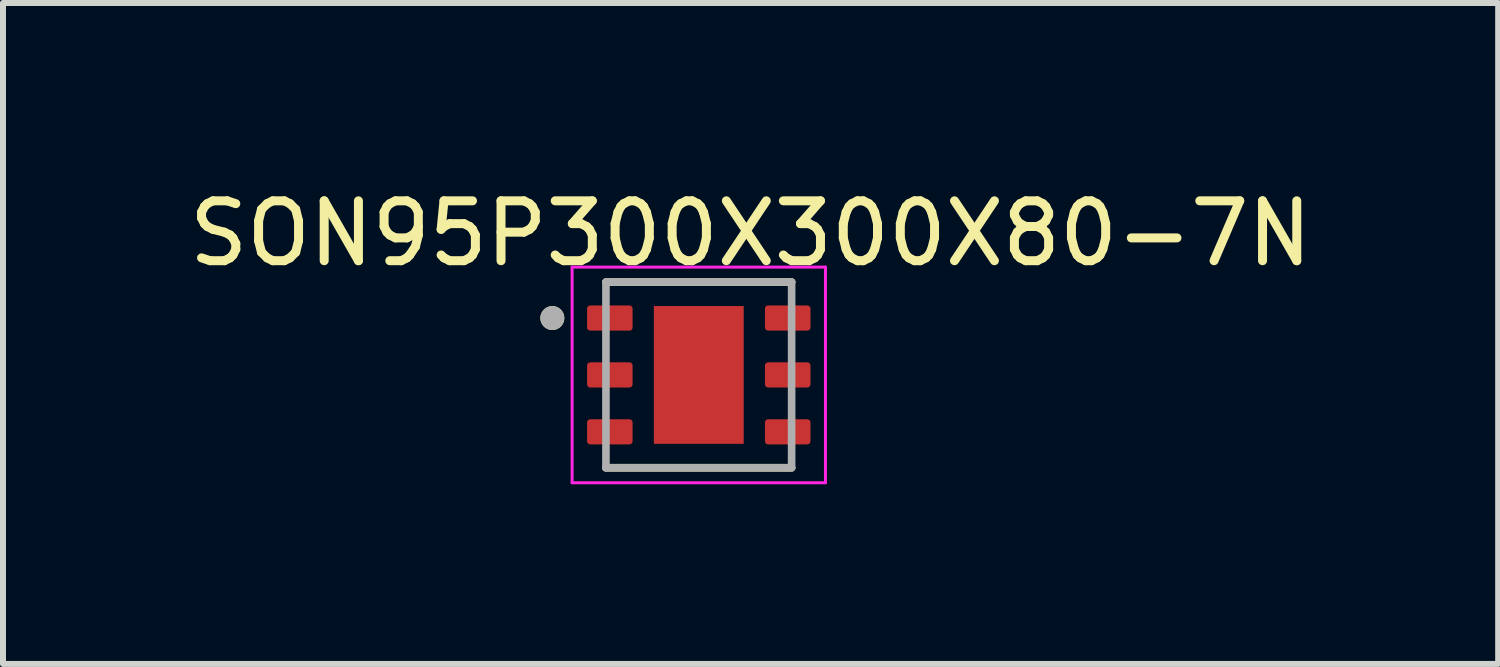
<source format=kicad_pcb>
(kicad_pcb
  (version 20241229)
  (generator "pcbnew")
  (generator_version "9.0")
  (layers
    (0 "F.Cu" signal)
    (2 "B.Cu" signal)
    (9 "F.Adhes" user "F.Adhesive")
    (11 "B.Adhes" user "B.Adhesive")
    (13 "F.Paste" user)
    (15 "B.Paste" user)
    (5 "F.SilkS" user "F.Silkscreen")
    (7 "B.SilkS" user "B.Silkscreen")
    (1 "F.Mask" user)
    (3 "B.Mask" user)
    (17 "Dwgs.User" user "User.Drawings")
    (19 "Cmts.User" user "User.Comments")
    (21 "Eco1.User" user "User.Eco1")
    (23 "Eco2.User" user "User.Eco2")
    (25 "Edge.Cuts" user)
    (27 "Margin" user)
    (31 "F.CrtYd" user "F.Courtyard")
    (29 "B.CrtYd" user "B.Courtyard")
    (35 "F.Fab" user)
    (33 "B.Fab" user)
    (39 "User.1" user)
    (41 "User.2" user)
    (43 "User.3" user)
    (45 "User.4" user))
  (footprint "SON95P300X300X80-7N"
    (layer "F.Cu")
    (at 8.617 3.21)
    (property "Reference" "SON95P300X300X80-7N" (at 0.865 -2.362 0) (layer "F.SilkS") (effects (font (size 1 1) (thickness 0.15))))
    (attr smd)
    (fp_line (start -1.55 -1.55) (end 1.55 -1.55) (stroke (width 0.127) (type solid)) (layer "F.SilkS"))
    (fp_line (start -1.55 1.55) (end 1.55 1.55) (stroke (width 0.127) (type solid)) (layer "F.SilkS"))
    (fp_circle (center -2.445 -0.95) (end -2.345 -0.95) (stroke (width 0.2) (type solid)) (fill no) (layer "F.SilkS"))
    (fp_poly (pts (xy -0.47 -0.73) (xy 0.47 -0.73) (xy 0.47 0.73) (xy -0.47 0.73)) (stroke (width 0.01) (type solid)) (fill yes) (layer "F.Paste"))
    (fp_line (start -2.115 -1.8) (end -2.115 1.8) (stroke (width 0.05) (type solid)) (layer "F.CrtYd"))
    (fp_line (start -2.115 -1.8) (end 2.115 -1.8) (stroke (width 0.05) (type solid)) (layer "F.CrtYd"))
    (fp_line (start -2.115 1.8) (end 2.115 1.8) (stroke (width 0.05) (type solid)) (layer "F.CrtYd"))
    (fp_line (start 2.115 -1.8) (end 2.115 1.8) (stroke (width 0.05) (type solid)) (layer "F.CrtYd"))
    (fp_line (start -1.55 -1.55) (end -1.55 1.55) (stroke (width 0.127) (type solid)) (layer "F.Fab"))
    (fp_line (start -1.55 -1.55) (end 1.55 -1.55) (stroke (width 0.127) (type solid)) (layer "F.Fab"))
    (fp_line (start -1.55 1.55) (end 1.55 1.55) (stroke (width 0.127) (type solid)) (layer "F.Fab"))
    (fp_line (start 1.55 -1.55) (end 1.55 1.55) (stroke (width 0.127) (type solid)) (layer "F.Fab"))
    (fp_circle (center -2.445 -0.95) (end -2.345 -0.95) (stroke (width 0.2) (type solid)) (fill no) (layer "F.Fab"))
    (pad "1" smd roundrect (at -1.485 -0.95) (size 0.76 0.42) (layers "F.Cu" "F.Mask" "F.Paste") (roundrect_rratio 0.125))
    (pad "2" smd roundrect (at -1.485 0) (size 0.76 0.42) (layers "F.Cu" "F.Mask" "F.Paste") (roundrect_rratio 0.125))
    (pad "3" smd roundrect (at -1.485 0.95) (size 0.76 0.42) (layers "F.Cu" "F.Mask" "F.Paste") (roundrect_rratio 0.125))
    (pad "4" smd roundrect (at 1.485 0.95) (size 0.76 0.42) (layers "F.Cu" "F.Mask" "F.Paste") (roundrect_rratio 0.125))
    (pad "5" smd roundrect (at 1.485 0) (size 0.76 0.42) (layers "F.Cu" "F.Mask" "F.Paste") (roundrect_rratio 0.125))
    (pad "6" smd roundrect (at 1.485 -0.95) (size 0.76 0.42) (layers "F.Cu" "F.Mask" "F.Paste") (roundrect_rratio 0.125))
    (pad "7" smd rect (at 0 0) (size 1.5 2.3) (layers "F.Cu" "F.Mask")))
  (gr_rect
    (start -3 -3)
    (end 21.964 8.035)
    (stroke (width 0.1) (type default))
    (fill no)
    (layer "Edge.Cuts")))
</source>
